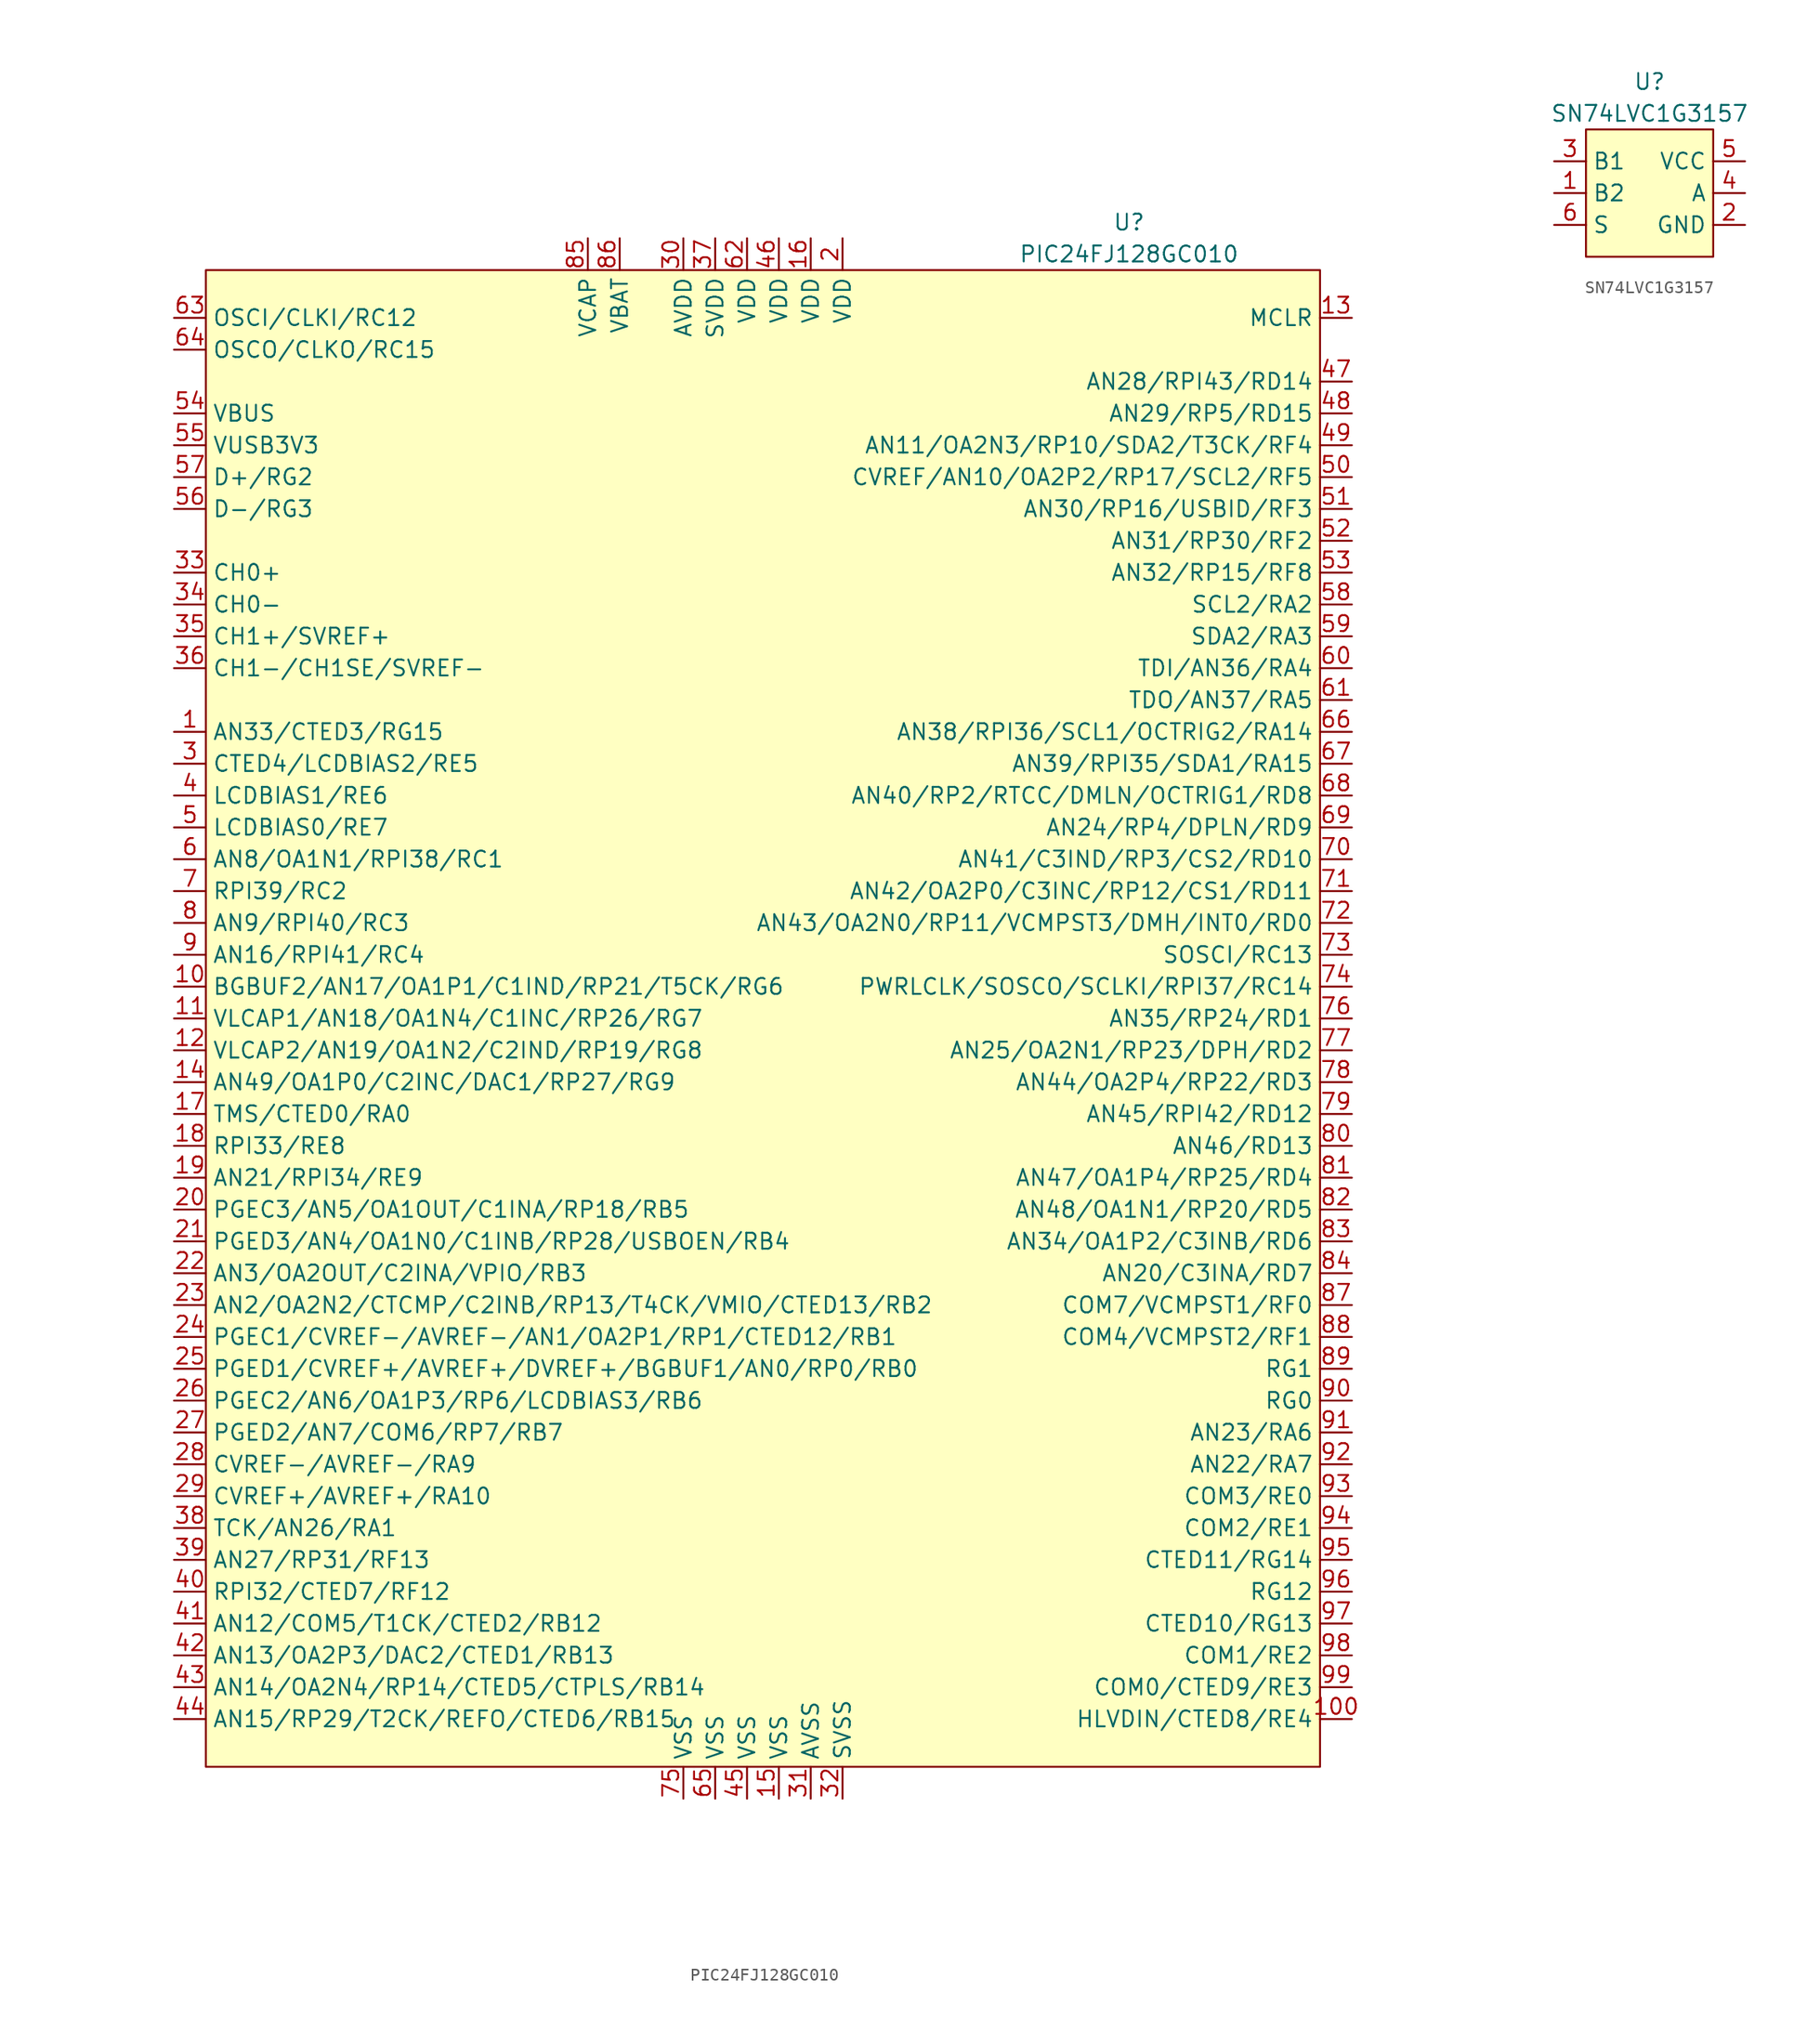
<source format=kicad_sym>
(kicad_symbol_lib
  (version 20220914)
  (generator kicad_symbol_editor)
  (symbol "PIC24FJ128GC010"
    (property "Reference" "U"
      (at 29.21 63.5 0)
      (effects (font (size 1.27 1.27))))
    (property "Value" "PIC24FJ128GC010"
      (at 29.21 60.96 0)
      (effects (font (size 1.27 1.27))))
    (symbol "PIC24FJ128GC010_1_1"
      (rectangle (start -44.45 59.69) (end 44.45 -59.69) (stroke (width 0) (type default)) (fill (type background)))
      (pin bidirectional line (at -46.99 22.86 0) (length 2.54) (name "AN33/CTED3/RG15" (effects (font (size 1.27 1.27)))) (number "1" (effects (font (size 1.27 1.27)))))
      (pin bidirectional line (at -46.99 2.54 0) (length 2.54) (name "BGBUF2/AN17/OA1P1/C1IND/RP21/T5CK/RG6" (effects (font (size 1.27 1.27)))) (number "10" (effects (font (size 1.27 1.27)))))
      (pin bidirectional line (at 46.99 -55.88 180) (length 2.54) (name "HLVDIN/CTED8/RE4" (effects (font (size 1.27 1.27)))) (number "100" (effects (font (size 1.27 1.27)))))
      (pin bidirectional line (at -46.99 0 0) (length 2.54) (name "VLCAP1/AN18/OA1N4/C1INC/RP26/RG7" (effects (font (size 1.27 1.27)))) (number "11" (effects (font (size 1.27 1.27)))))
      (pin bidirectional line (at -46.99 -2.54 0) (length 2.54) (name "VLCAP2/AN19/OA1N2/C2IND/RP19/RG8" (effects (font (size 1.27 1.27)))) (number "12" (effects (font (size 1.27 1.27)))))
      (pin bidirectional line (at 46.99 55.88 180) (length 2.54) (name "MCLR" (effects (font (size 1.27 1.27)))) (number "13" (effects (font (size 1.27 1.27)))))
      (pin bidirectional line (at -46.99 -5.08 0) (length 2.54) (name "AN49/OA1P0/C2INC/DAC1/RP27/RG9" (effects (font (size 1.27 1.27)))) (number "14" (effects (font (size 1.27 1.27)))))
      (pin bidirectional line (at 1.27 -62.23 90) (length 2.54) (name "VSS" (effects (font (size 1.27 1.27)))) (number "15" (effects (font (size 1.27 1.27)))))
      (pin bidirectional line (at 3.81 62.23 270) (length 2.54) (name "VDD" (effects (font (size 1.27 1.27)))) (number "16" (effects (font (size 1.27 1.27)))))
      (pin bidirectional line (at -46.99 -7.62 0) (length 2.54) (name "TMS/CTED0/RA0" (effects (font (size 1.27 1.27)))) (number "17" (effects (font (size 1.27 1.27)))))
      (pin bidirectional line (at -46.99 -10.16 0) (length 2.54) (name "RPI33/RE8" (effects (font (size 1.27 1.27)))) (number "18" (effects (font (size 1.27 1.27)))))
      (pin bidirectional line (at -46.99 -12.7 0) (length 2.54) (name "AN21/RPI34/RE9" (effects (font (size 1.27 1.27)))) (number "19" (effects (font (size 1.27 1.27)))))
      (pin bidirectional line (at 6.35 62.23 270) (length 2.54) (name "VDD" (effects (font (size 1.27 1.27)))) (number "2" (effects (font (size 1.27 1.27)))))
      (pin bidirectional line (at -46.99 -15.24 0) (length 2.54) (name "PGEC3/AN5/OA1OUT/C1INA/RP18/RB5" (effects (font (size 1.27 1.27)))) (number "20" (effects (font (size 1.27 1.27)))))
      (pin bidirectional line (at -46.99 -17.78 0) (length 2.54) (name "PGED3/AN4/OA1N0/C1INB/RP28/USBOEN/RB4" (effects (font (size 1.27 1.27)))) (number "21" (effects (font (size 1.27 1.27)))))
      (pin bidirectional line (at -46.99 -20.32 0) (length 2.54) (name "AN3/OA2OUT/C2INA/VPIO/RB3" (effects (font (size 1.27 1.27)))) (number "22" (effects (font (size 1.27 1.27)))))
      (pin bidirectional line (at -46.99 -22.86 0) (length 2.54) (name "AN2/OA2N2/CTCMP/C2INB/RP13/T4CK/VMIO/CTED13/RB2" (effects (font (size 1.27 1.27)))) (number "23" (effects (font (size 1.27 1.27)))))
      (pin bidirectional line (at -46.99 -25.4 0) (length 2.54) (name "PGEC1/CVREF-/AVREF-/AN1/OA2P1/RP1/CTED12/RB1" (effects (font (size 1.27 1.27)))) (number "24" (effects (font (size 1.27 1.27)))))
      (pin bidirectional line (at -46.99 -27.94 0) (length 2.54) (name "PGED1/CVREF+/AVREF+/DVREF+/BGBUF1/AN0/RP0/RB0" (effects (font (size 1.27 1.27)))) (number "25" (effects (font (size 1.27 1.27)))))
      (pin bidirectional line (at -46.99 -30.48 0) (length 2.54) (name "PGEC2/AN6/OA1P3/RP6/LCDBIAS3/RB6" (effects (font (size 1.27 1.27)))) (number "26" (effects (font (size 1.27 1.27)))))
      (pin bidirectional line (at -46.99 -33.02 0) (length 2.54) (name "PGED2/AN7/COM6/RP7/RB7" (effects (font (size 1.27 1.27)))) (number "27" (effects (font (size 1.27 1.27)))))
      (pin bidirectional line (at -46.99 -35.56 0) (length 2.54) (name "CVREF-/AVREF-/RA9" (effects (font (size 1.27 1.27)))) (number "28" (effects (font (size 1.27 1.27)))))
      (pin bidirectional line (at -46.99 -38.1 0) (length 2.54) (name "CVREF+/AVREF+/RA10" (effects (font (size 1.27 1.27)))) (number "29" (effects (font (size 1.27 1.27)))))
      (pin bidirectional line (at -46.99 20.32 0) (length 2.54) (name "CTED4/LCDBIAS2/RE5" (effects (font (size 1.27 1.27)))) (number "3" (effects (font (size 1.27 1.27)))))
      (pin bidirectional line (at -6.35 62.23 270) (length 2.54) (name "AVDD" (effects (font (size 1.27 1.27)))) (number "30" (effects (font (size 1.27 1.27)))))
      (pin bidirectional line (at 3.81 -62.23 90) (length 2.54) (name "AVSS" (effects (font (size 1.27 1.27)))) (number "31" (effects (font (size 1.27 1.27)))))
      (pin bidirectional line (at 6.35 -62.23 90) (length 2.54) (name "SVSS" (effects (font (size 1.27 1.27)))) (number "32" (effects (font (size 1.27 1.27)))))
      (pin bidirectional line (at -46.99 35.56 0) (length 2.54) (name "CH0+" (effects (font (size 1.27 1.27)))) (number "33" (effects (font (size 1.27 1.27)))))
      (pin bidirectional line (at -46.99 33.02 0) (length 2.54) (name "CH0-" (effects (font (size 1.27 1.27)))) (number "34" (effects (font (size 1.27 1.27)))))
      (pin bidirectional line (at -46.99 30.48 0) (length 2.54) (name "CH1+/SVREF+" (effects (font (size 1.27 1.27)))) (number "35" (effects (font (size 1.27 1.27)))))
      (pin bidirectional line (at -46.99 27.94 0) (length 2.54) (name "CH1-/CH1SE/SVREF-" (effects (font (size 1.27 1.27)))) (number "36" (effects (font (size 1.27 1.27)))))
      (pin bidirectional line (at -3.81 62.23 270) (length 2.54) (name "SVDD" (effects (font (size 1.27 1.27)))) (number "37" (effects (font (size 1.27 1.27)))))
      (pin bidirectional line (at -46.99 -40.64 0) (length 2.54) (name "TCK/AN26/RA1" (effects (font (size 1.27 1.27)))) (number "38" (effects (font (size 1.27 1.27)))))
      (pin bidirectional line (at -46.99 -43.18 0) (length 2.54) (name "AN27/RP31/RF13" (effects (font (size 1.27 1.27)))) (number "39" (effects (font (size 1.27 1.27)))))
      (pin bidirectional line (at -46.99 17.78 0) (length 2.54) (name "LCDBIAS1/RE6" (effects (font (size 1.27 1.27)))) (number "4" (effects (font (size 1.27 1.27)))))
      (pin bidirectional line (at -46.99 -45.72 0) (length 2.54) (name "RPI32/CTED7/RF12" (effects (font (size 1.27 1.27)))) (number "40" (effects (font (size 1.27 1.27)))))
      (pin bidirectional line (at -46.99 -48.26 0) (length 2.54) (name "AN12/COM5/T1CK/CTED2/RB12" (effects (font (size 1.27 1.27)))) (number "41" (effects (font (size 1.27 1.27)))))
      (pin bidirectional line (at -46.99 -50.8 0) (length 2.54) (name "AN13/OA2P3/DAC2/CTED1/RB13" (effects (font (size 1.27 1.27)))) (number "42" (effects (font (size 1.27 1.27)))))
      (pin bidirectional line (at -46.99 -53.34 0) (length 2.54) (name "AN14/OA2N4/RP14/CTED5/CTPLS/RB14" (effects (font (size 1.27 1.27)))) (number "43" (effects (font (size 1.27 1.27)))))
      (pin bidirectional line (at -46.99 -55.88 0) (length 2.54) (name "AN15/RP29/T2CK/REFO/CTED6/RB15" (effects (font (size 1.27 1.27)))) (number "44" (effects (font (size 1.27 1.27)))))
      (pin bidirectional line (at -1.27 -62.23 90) (length 2.54) (name "VSS" (effects (font (size 1.27 1.27)))) (number "45" (effects (font (size 1.27 1.27)))))
      (pin bidirectional line (at 1.27 62.23 270) (length 2.54) (name "VDD" (effects (font (size 1.27 1.27)))) (number "46" (effects (font (size 1.27 1.27)))))
      (pin bidirectional line (at 46.99 50.8 180) (length 2.54) (name "AN28/RPI43/RD14" (effects (font (size 1.27 1.27)))) (number "47" (effects (font (size 1.27 1.27)))))
      (pin bidirectional line (at 46.99 48.26 180) (length 2.54) (name "AN29/RP5/RD15" (effects (font (size 1.27 1.27)))) (number "48" (effects (font (size 1.27 1.27)))))
      (pin bidirectional line (at 46.99 45.72 180) (length 2.54) (name "AN11/OA2N3/RP10/SDA2/T3CK/RF4" (effects (font (size 1.27 1.27)))) (number "49" (effects (font (size 1.27 1.27)))))
      (pin bidirectional line (at -46.99 15.24 0) (length 2.54) (name "LCDBIAS0/RE7" (effects (font (size 1.27 1.27)))) (number "5" (effects (font (size 1.27 1.27)))))
      (pin bidirectional line (at 46.99 43.18 180) (length 2.54) (name "CVREF/AN10/OA2P2/RP17/SCL2/RF5" (effects (font (size 1.27 1.27)))) (number "50" (effects (font (size 1.27 1.27)))))
      (pin bidirectional line (at 46.99 40.64 180) (length 2.54) (name "AN30/RP16/USBID/RF3" (effects (font (size 1.27 1.27)))) (number "51" (effects (font (size 1.27 1.27)))))
      (pin bidirectional line (at 46.99 38.1 180) (length 2.54) (name "AN31/RP30/RF2" (effects (font (size 1.27 1.27)))) (number "52" (effects (font (size 1.27 1.27)))))
      (pin bidirectional line (at 46.99 35.56 180) (length 2.54) (name "AN32/RP15/RF8" (effects (font (size 1.27 1.27)))) (number "53" (effects (font (size 1.27 1.27)))))
      (pin bidirectional line (at -46.99 48.26 0) (length 2.54) (name "VBUS" (effects (font (size 1.27 1.27)))) (number "54" (effects (font (size 1.27 1.27)))))
      (pin bidirectional line (at -46.99 45.72 0) (length 2.54) (name "VUSB3V3" (effects (font (size 1.27 1.27)))) (number "55" (effects (font (size 1.27 1.27)))))
      (pin bidirectional line (at -46.99 40.64 0) (length 2.54) (name "D-/RG3" (effects (font (size 1.27 1.27)))) (number "56" (effects (font (size 1.27 1.27)))))
      (pin bidirectional line (at -46.99 43.18 0) (length 2.54) (name "D+/RG2" (effects (font (size 1.27 1.27)))) (number "57" (effects (font (size 1.27 1.27)))))
      (pin bidirectional line (at 46.99 33.02 180) (length 2.54) (name "SCL2/RA2" (effects (font (size 1.27 1.27)))) (number "58" (effects (font (size 1.27 1.27)))))
      (pin bidirectional line (at 46.99 30.48 180) (length 2.54) (name "SDA2/RA3" (effects (font (size 1.27 1.27)))) (number "59" (effects (font (size 1.27 1.27)))))
      (pin bidirectional line (at -46.99 12.7 0) (length 2.54) (name "AN8/OA1N1/RPI38/RC1" (effects (font (size 1.27 1.27)))) (number "6" (effects (font (size 1.27 1.27)))))
      (pin bidirectional line (at 46.99 27.94 180) (length 2.54) (name "TDI/AN36/RA4" (effects (font (size 1.27 1.27)))) (number "60" (effects (font (size 1.27 1.27)))))
      (pin bidirectional line (at 46.99 25.4 180) (length 2.54) (name "TDO/AN37/RA5" (effects (font (size 1.27 1.27)))) (number "61" (effects (font (size 1.27 1.27)))))
      (pin bidirectional line (at -1.27 62.23 270) (length 2.54) (name "VDD" (effects (font (size 1.27 1.27)))) (number "62" (effects (font (size 1.27 1.27)))))
      (pin bidirectional line (at -46.99 55.88 0) (length 2.54) (name "OSCI/CLKI/RC12" (effects (font (size 1.27 1.27)))) (number "63" (effects (font (size 1.27 1.27)))))
      (pin bidirectional line (at -46.99 53.34 0) (length 2.54) (name "OSCO/CLKO/RC15" (effects (font (size 1.27 1.27)))) (number "64" (effects (font (size 1.27 1.27)))))
      (pin bidirectional line (at -3.81 -62.23 90) (length 2.54) (name "VSS" (effects (font (size 1.27 1.27)))) (number "65" (effects (font (size 1.27 1.27)))))
      (pin bidirectional line (at 46.99 22.86 180) (length 2.54) (name "AN38/RPI36/SCL1/OCTRIG2/RA14" (effects (font (size 1.27 1.27)))) (number "66" (effects (font (size 1.27 1.27)))))
      (pin bidirectional line (at 46.99 20.32 180) (length 2.54) (name "AN39/RPI35/SDA1/RA15" (effects (font (size 1.27 1.27)))) (number "67" (effects (font (size 1.27 1.27)))))
      (pin bidirectional line (at 46.99 17.78 180) (length 2.54) (name "AN40/RP2/RTCC/DMLN/OCTRIG1/RD8" (effects (font (size 1.27 1.27)))) (number "68" (effects (font (size 1.27 1.27)))))
      (pin bidirectional line (at 46.99 15.24 180) (length 2.54) (name "AN24/RP4/DPLN/RD9" (effects (font (size 1.27 1.27)))) (number "69" (effects (font (size 1.27 1.27)))))
      (pin bidirectional line (at -46.99 10.16 0) (length 2.54) (name "RPI39/RC2" (effects (font (size 1.27 1.27)))) (number "7" (effects (font (size 1.27 1.27)))))
      (pin bidirectional line (at 46.99 12.7 180) (length 2.54) (name "AN41/C3IND/RP3/CS2/RD10" (effects (font (size 1.27 1.27)))) (number "70" (effects (font (size 1.27 1.27)))))
      (pin bidirectional line (at 46.99 10.16 180) (length 2.54) (name "AN42/OA2P0/C3INC/RP12/CS1/RD11" (effects (font (size 1.27 1.27)))) (number "71" (effects (font (size 1.27 1.27)))))
      (pin bidirectional line (at 46.99 7.62 180) (length 2.54) (name "AN43/OA2N0/RP11/VCMPST3/DMH/INT0/RD0" (effects (font (size 1.27 1.27)))) (number "72" (effects (font (size 1.27 1.27)))))
      (pin bidirectional line (at 46.99 5.08 180) (length 2.54) (name "SOSCI/RC13" (effects (font (size 1.27 1.27)))) (number "73" (effects (font (size 1.27 1.27)))))
      (pin bidirectional line (at 46.99 2.54 180) (length 2.54) (name "PWRLCLK/SOSCO/SCLKI/RPI37/RC14" (effects (font (size 1.27 1.27)))) (number "74" (effects (font (size 1.27 1.27)))))
      (pin bidirectional line (at -6.35 -62.23 90) (length 2.54) (name "VSS" (effects (font (size 1.27 1.27)))) (number "75" (effects (font (size 1.27 1.27)))))
      (pin bidirectional line (at 46.99 0 180) (length 2.54) (name "AN35/RP24/RD1" (effects (font (size 1.27 1.27)))) (number "76" (effects (font (size 1.27 1.27)))))
      (pin bidirectional line (at 46.99 -2.54 180) (length 2.54) (name "AN25/OA2N1/RP23/DPH/RD2" (effects (font (size 1.27 1.27)))) (number "77" (effects (font (size 1.27 1.27)))))
      (pin bidirectional line (at 46.99 -5.08 180) (length 2.54) (name "AN44/OA2P4/RP22/RD3" (effects (font (size 1.27 1.27)))) (number "78" (effects (font (size 1.27 1.27)))))
      (pin bidirectional line (at 46.99 -7.62 180) (length 2.54) (name "AN45/RPI42/RD12" (effects (font (size 1.27 1.27)))) (number "79" (effects (font (size 1.27 1.27)))))
      (pin bidirectional line (at -46.99 7.62 0) (length 2.54) (name "AN9/RPI40/RC3" (effects (font (size 1.27 1.27)))) (number "8" (effects (font (size 1.27 1.27)))))
      (pin bidirectional line (at 46.99 -10.16 180) (length 2.54) (name "AN46/RD13" (effects (font (size 1.27 1.27)))) (number "80" (effects (font (size 1.27 1.27)))))
      (pin bidirectional line (at 46.99 -12.7 180) (length 2.54) (name "AN47/OA1P4/RP25/RD4" (effects (font (size 1.27 1.27)))) (number "81" (effects (font (size 1.27 1.27)))))
      (pin bidirectional line (at 46.99 -15.24 180) (length 2.54) (name "AN48/OA1N1/RP20/RD5" (effects (font (size 1.27 1.27)))) (number "82" (effects (font (size 1.27 1.27)))))
      (pin bidirectional line (at 46.99 -17.78 180) (length 2.54) (name "AN34/OA1P2/C3INB/RD6" (effects (font (size 1.27 1.27)))) (number "83" (effects (font (size 1.27 1.27)))))
      (pin bidirectional line (at 46.99 -20.32 180) (length 2.54) (name "AN20/C3INA/RD7" (effects (font (size 1.27 1.27)))) (number "84" (effects (font (size 1.27 1.27)))))
      (pin bidirectional line (at -13.97 62.23 270) (length 2.54) (name "VCAP" (effects (font (size 1.27 1.27)))) (number "85" (effects (font (size 1.27 1.27)))))
      (pin bidirectional line (at -11.43 62.23 270) (length 2.54) (name "VBAT" (effects (font (size 1.27 1.27)))) (number "86" (effects (font (size 1.27 1.27)))))
      (pin bidirectional line (at 46.99 -22.86 180) (length 2.54) (name "COM7/VCMPST1/RF0" (effects (font (size 1.27 1.27)))) (number "87" (effects (font (size 1.27 1.27)))))
      (pin bidirectional line (at 46.99 -25.4 180) (length 2.54) (name "COM4/VCMPST2/RF1" (effects (font (size 1.27 1.27)))) (number "88" (effects (font (size 1.27 1.27)))))
      (pin bidirectional line (at 46.99 -27.94 180) (length 2.54) (name "RG1" (effects (font (size 1.27 1.27)))) (number "89" (effects (font (size 1.27 1.27)))))
      (pin bidirectional line (at -46.99 5.08 0) (length 2.54) (name "AN16/RPI41/RC4" (effects (font (size 1.27 1.27)))) (number "9" (effects (font (size 1.27 1.27)))))
      (pin bidirectional line (at 46.99 -30.48 180) (length 2.54) (name "RG0" (effects (font (size 1.27 1.27)))) (number "90" (effects (font (size 1.27 1.27)))))
      (pin bidirectional line (at 46.99 -33.02 180) (length 2.54) (name "AN23/RA6" (effects (font (size 1.27 1.27)))) (number "91" (effects (font (size 1.27 1.27)))))
      (pin bidirectional line (at 46.99 -35.56 180) (length 2.54) (name "AN22/RA7" (effects (font (size 1.27 1.27)))) (number "92" (effects (font (size 1.27 1.27)))))
      (pin bidirectional line (at 46.99 -38.1 180) (length 2.54) (name "COM3/RE0" (effects (font (size 1.27 1.27)))) (number "93" (effects (font (size 1.27 1.27)))))
      (pin bidirectional line (at 46.99 -40.64 180) (length 2.54) (name "COM2/RE1" (effects (font (size 1.27 1.27)))) (number "94" (effects (font (size 1.27 1.27)))))
      (pin bidirectional line (at 46.99 -43.18 180) (length 2.54) (name "CTED11/RG14" (effects (font (size 1.27 1.27)))) (number "95" (effects (font (size 1.27 1.27)))))
      (pin bidirectional line (at 46.99 -45.72 180) (length 2.54) (name "RG12" (effects (font (size 1.27 1.27)))) (number "96" (effects (font (size 1.27 1.27)))))
      (pin bidirectional line (at 46.99 -48.26 180) (length 2.54) (name "CTED10/RG13" (effects (font (size 1.27 1.27)))) (number "97" (effects (font (size 1.27 1.27)))))
      (pin bidirectional line (at 46.99 -50.8 180) (length 2.54) (name "COM1/RE2" (effects (font (size 1.27 1.27)))) (number "98" (effects (font (size 1.27 1.27)))))
      (pin bidirectional line (at 46.99 -53.34 180) (length 2.54) (name "COM0/CTED9/RE3" (effects (font (size 1.27 1.27)))) (number "99" (effects (font (size 1.27 1.27)))))))
  (symbol "SN74LVC1G3157"
    (property "Reference" "U"
      (at 0 8.89 0)
      (effects (font (size 1.27 1.27))))
    (property "Value" "SN74LVC1G3157"
      (at 0 6.35 0)
      (effects (font (size 1.27 1.27))))
    (symbol "SN74LVC1G3157_1_1"
      (rectangle (start -5.08 5.08) (end 5.08 -5.08) (stroke (width 0) (type default)) (fill (type background)))
      (pin bidirectional line (at -7.62 0 0) (length 2.54) (name "B2" (effects (font (size 1.27 1.27)))) (number "1" (effects (font (size 1.27 1.27)))))
      (pin power_in line (at 7.62 -2.54 180) (length 2.54) (name "GND" (effects (font (size 1.27 1.27)))) (number "2" (effects (font (size 1.27 1.27)))))
      (pin bidirectional line (at -7.62 2.54 0) (length 2.54) (name "B1" (effects (font (size 1.27 1.27)))) (number "3" (effects (font (size 1.27 1.27)))))
      (pin bidirectional line (at 7.62 0 180) (length 2.54) (name "A" (effects (font (size 1.27 1.27)))) (number "4" (effects (font (size 1.27 1.27)))))
      (pin power_in line (at 7.62 2.54 180) (length 2.54) (name "VCC" (effects (font (size 1.27 1.27)))) (number "5" (effects (font (size 1.27 1.27)))))
      (pin input line (at -7.62 -2.54 0) (length 2.54) (name "S" (effects (font (size 1.27 1.27)))) (number "6" (effects (font (size 1.27 1.27))))))))
</source>
